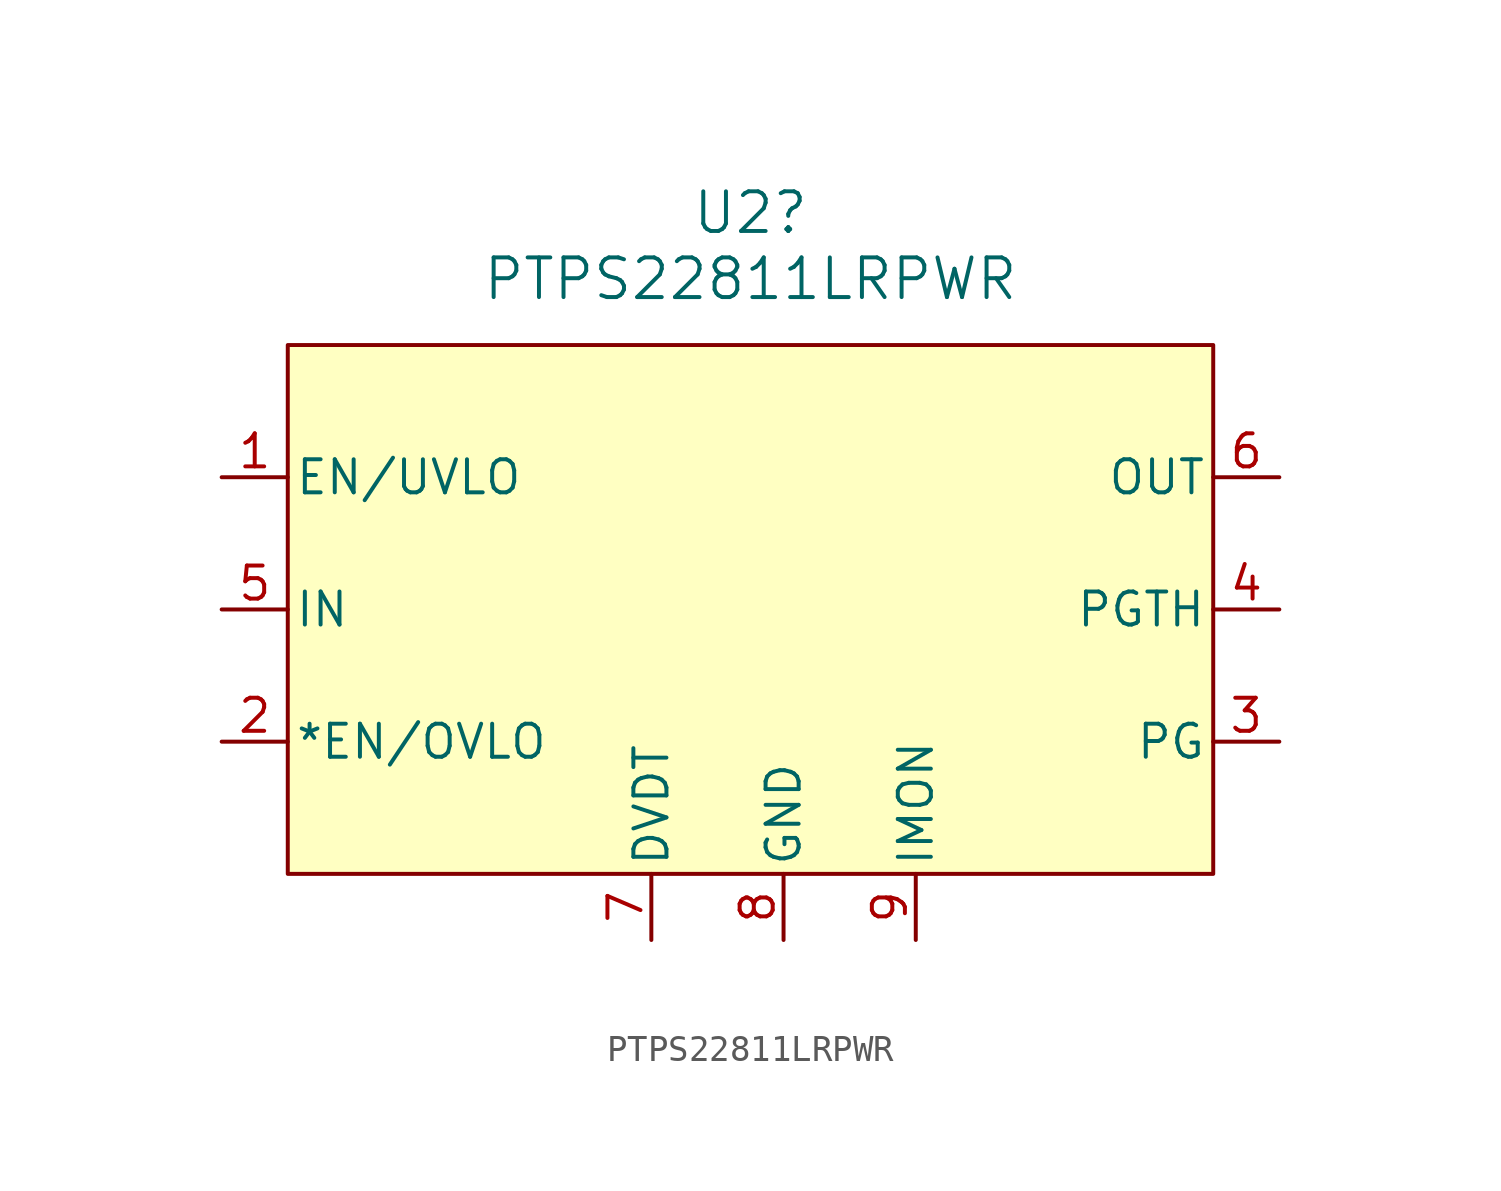
<source format=kicad_sym>
(kicad_symbol_lib
  (version 20241209)
  (generator "kicad_symbol_editor")
  (generator_version "9.0")
  (symbol "PTPS22811LRPWR"
    (pin_names
      (offset 0.254))
    (property "Reference" "U2"
      (at 25.4 10.16 0)
      (effects (font (size 1.524 1.524))))
    (property "Value" "PTPS22811LRPWR"
      (at 25.4 7.62 0)
      (effects (font (size 1.524 1.524))))
    (property "ki_locked" ""
      (at 0 0 0)
      (effects (font (size 1.27 1.27))))
    (symbol "PTPS22811LRPWR_0_1"
      (pin input line (at 5.08 0 0) (length 2.54) (name "EN/UVLO" (effects (font (size 1.27 1.27)))) (number "1" (effects (font (size 1.27 1.27)))))
      (pin power_in line (at 5.08 -5.08 0) (length 2.54) (name "IN" (effects (font (size 1.27 1.27)))) (number "5" (effects (font (size 1.27 1.27)))))
      (pin input line (at 5.08 -10.16 0) (length 2.54) (name "*EN/OVLO" (effects (font (size 1.27 1.27)))) (number "2" (effects (font (size 1.27 1.27)))))
      (pin output line (at 21.59 -17.78 90) (length 2.54) (name "DVDT" (effects (font (size 1.27 1.27)))) (number "7" (effects (font (size 1.27 1.27)))))
      (pin power_out line (at 26.67 -17.78 90) (length 2.54) (name "GND" (effects (font (size 1.27 1.27)))) (number "8" (effects (font (size 1.27 1.27)))))
      (pin no_connect line (at 30.48 2.54 180) (length 7.62) (hide yes) (name "DNC" (effects (font (size 1.27 1.27)))) (number "10" (effects (font (size 1.27 1.27)))))
      (pin output line (at 31.75 -17.78 90) (length 2.54) (name "IMON" (effects (font (size 1.27 1.27)))) (number "9" (effects (font (size 1.27 1.27)))))
      (pin power_in line (at 45.72 0 180) (length 2.54) (name "OUT" (effects (font (size 1.27 1.27)))) (number "6" (effects (font (size 1.27 1.27)))))
      (pin input line (at 45.72 -5.08 180) (length 2.54) (name "PGTH" (effects (font (size 1.27 1.27)))) (number "4" (effects (font (size 1.27 1.27)))))
      (pin output line (at 45.72 -10.16 180) (length 2.54) (name "PG" (effects (font (size 1.27 1.27)))) (number "3" (effects (font (size 1.27 1.27))))))
    (symbol "PTPS22811LRPWR_1_1"
      (rectangle (start 7.62 5.08) (end 43.18 -15.24) (stroke (width 0) (type solid)) (fill (type color) (color 255 255 194 1))))))
</source>
